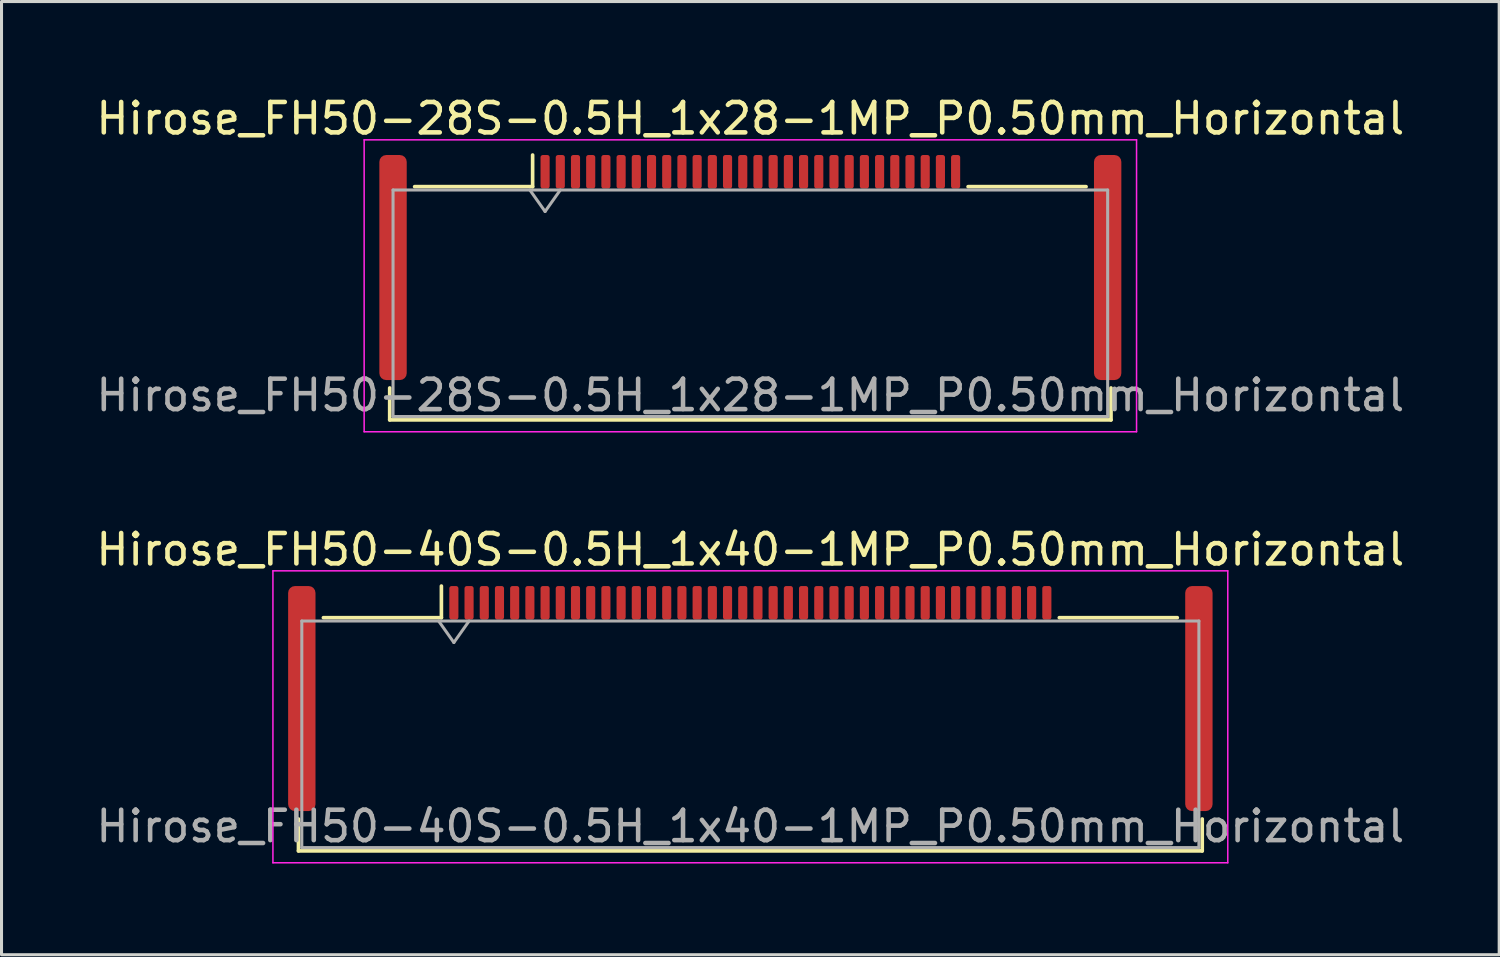
<source format=kicad_pcb>
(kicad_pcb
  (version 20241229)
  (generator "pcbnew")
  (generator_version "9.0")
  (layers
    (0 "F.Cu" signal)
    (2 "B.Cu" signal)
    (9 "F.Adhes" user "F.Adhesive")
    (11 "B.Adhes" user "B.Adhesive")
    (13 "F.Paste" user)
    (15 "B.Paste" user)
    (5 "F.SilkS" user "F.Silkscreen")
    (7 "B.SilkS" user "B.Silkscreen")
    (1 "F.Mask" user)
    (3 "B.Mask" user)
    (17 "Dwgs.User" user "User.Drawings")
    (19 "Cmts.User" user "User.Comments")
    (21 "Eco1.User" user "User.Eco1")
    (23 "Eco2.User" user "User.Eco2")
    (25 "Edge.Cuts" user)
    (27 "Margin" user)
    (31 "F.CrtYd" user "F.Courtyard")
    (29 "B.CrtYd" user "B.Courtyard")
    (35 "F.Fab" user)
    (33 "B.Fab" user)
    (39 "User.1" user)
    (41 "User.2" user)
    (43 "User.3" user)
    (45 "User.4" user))
  (footprint "Hirose_FH50-40S-0.5H_1x40-1MP_P0.50mm_Horizontal"
    (layer "F.Cu")
    (at 21.625 19.922)
    (property "Reference" "Hirose_FH50-40S-0.5H_1x40-1MP_P0.50mm_Horizontal" (at 0 -4.9 0) (layer "F.SilkS") (effects (font (size 1 1) (thickness 0.15))))
    (attr smd)
    (fp_line (start -14.86 3.96) (end -14.86 5.01) (stroke (width 0.12) (type solid)) (layer "F.SilkS"))
    (fp_line (start -14.86 5.01) (end 14.86 5.01) (stroke (width 0.12) (type solid)) (layer "F.SilkS"))
    (fp_line (start -14.04 -2.66) (end -10.16 -2.66) (stroke (width 0.12) (type solid)) (layer "F.SilkS"))
    (fp_line (start -10.16 -2.66) (end -10.16 -3.7) (stroke (width 0.12) (type solid)) (layer "F.SilkS"))
    (fp_line (start 14.04 -2.66) (end 10.16 -2.66) (stroke (width 0.12) (type solid)) (layer "F.SilkS"))
    (fp_line (start 14.86 5.01) (end 14.86 3.96) (stroke (width 0.12) (type solid)) (layer "F.SilkS"))
    (fp_line (start -15.7 -4.2) (end -15.7 5.4) (stroke (width 0.05) (type solid)) (layer "F.CrtYd"))
    (fp_line (start -15.7 5.4) (end 15.7 5.4) (stroke (width 0.05) (type solid)) (layer "F.CrtYd"))
    (fp_line (start 15.7 -4.2) (end -15.7 -4.2) (stroke (width 0.05) (type solid)) (layer "F.CrtYd"))
    (fp_line (start 15.7 5.4) (end 15.7 -4.2) (stroke (width 0.05) (type solid)) (layer "F.CrtYd"))
    (fp_line (start -14.75 -2.55) (end -14.75 4.9) (stroke (width 0.1) (type solid)) (layer "F.Fab"))
    (fp_line (start -14.75 -2.55) (end 14.75 -2.55) (stroke (width 0.1) (type solid)) (layer "F.Fab"))
    (fp_line (start -14.75 4.9) (end 14.75 4.9) (stroke (width 0.1) (type solid)) (layer "F.Fab"))
    (fp_line (start -10.25 -2.55) (end -9.75 -1.843) (stroke (width 0.1) (type solid)) (layer "F.Fab"))
    (fp_line (start -9.75 -1.843) (end -9.25 -2.55) (stroke (width 0.1) (type solid)) (layer "F.Fab"))
    (fp_line (start 14.75 -2.55) (end 14.75 4.9) (stroke (width 0.1) (type solid)) (layer "F.Fab"))
    (fp_text user "${REFERENCE}" (at 0 4.2 0) (layer "F.Fab") (effects (font (size 1 1) (thickness 0.15))))
    (pad "1" smd roundrect (at -9.75 -3.15) (size 0.3 1.1) (layers "F.Cu" "F.Mask" "F.Paste") (roundrect_rratio 0.25))
    (pad "2" smd roundrect (at -9.25 -3.15) (size 0.3 1.1) (layers "F.Cu" "F.Mask" "F.Paste") (roundrect_rratio 0.25))
    (pad "3" smd roundrect (at -8.75 -3.15) (size 0.3 1.1) (layers "F.Cu" "F.Mask" "F.Paste") (roundrect_rratio 0.25))
    (pad "4" smd roundrect (at -8.25 -3.15) (size 0.3 1.1) (layers "F.Cu" "F.Mask" "F.Paste") (roundrect_rratio 0.25))
    (pad "5" smd roundrect (at -7.75 -3.15) (size 0.3 1.1) (layers "F.Cu" "F.Mask" "F.Paste") (roundrect_rratio 0.25))
    (pad "6" smd roundrect (at -7.25 -3.15) (size 0.3 1.1) (layers "F.Cu" "F.Mask" "F.Paste") (roundrect_rratio 0.25))
    (pad "7" smd roundrect (at -6.75 -3.15) (size 0.3 1.1) (layers "F.Cu" "F.Mask" "F.Paste") (roundrect_rratio 0.25))
    (pad "8" smd roundrect (at -6.25 -3.15) (size 0.3 1.1) (layers "F.Cu" "F.Mask" "F.Paste") (roundrect_rratio 0.25))
    (pad "9" smd roundrect (at -5.75 -3.15) (size 0.3 1.1) (layers "F.Cu" "F.Mask" "F.Paste") (roundrect_rratio 0.25))
    (pad "10" smd roundrect (at -5.25 -3.15) (size 0.3 1.1) (layers "F.Cu" "F.Mask" "F.Paste") (roundrect_rratio 0.25))
    (pad "11" smd roundrect (at -4.75 -3.15) (size 0.3 1.1) (layers "F.Cu" "F.Mask" "F.Paste") (roundrect_rratio 0.25))
    (pad "12" smd roundrect (at -4.25 -3.15) (size 0.3 1.1) (layers "F.Cu" "F.Mask" "F.Paste") (roundrect_rratio 0.25))
    (pad "13" smd roundrect (at -3.75 -3.15) (size 0.3 1.1) (layers "F.Cu" "F.Mask" "F.Paste") (roundrect_rratio 0.25))
    (pad "14" smd roundrect (at -3.25 -3.15) (size 0.3 1.1) (layers "F.Cu" "F.Mask" "F.Paste") (roundrect_rratio 0.25))
    (pad "15" smd roundrect (at -2.75 -3.15) (size 0.3 1.1) (layers "F.Cu" "F.Mask" "F.Paste") (roundrect_rratio 0.25))
    (pad "16" smd roundrect (at -2.25 -3.15) (size 0.3 1.1) (layers "F.Cu" "F.Mask" "F.Paste") (roundrect_rratio 0.25))
    (pad "17" smd roundrect (at -1.75 -3.15) (size 0.3 1.1) (layers "F.Cu" "F.Mask" "F.Paste") (roundrect_rratio 0.25))
    (pad "18" smd roundrect (at -1.25 -3.15) (size 0.3 1.1) (layers "F.Cu" "F.Mask" "F.Paste") (roundrect_rratio 0.25))
    (pad "19" smd roundrect (at -0.75 -3.15) (size 0.3 1.1) (layers "F.Cu" "F.Mask" "F.Paste") (roundrect_rratio 0.25))
    (pad "20" smd roundrect (at -0.25 -3.15) (size 0.3 1.1) (layers "F.Cu" "F.Mask" "F.Paste") (roundrect_rratio 0.25))
    (pad "21" smd roundrect (at 0.25 -3.15) (size 0.3 1.1) (layers "F.Cu" "F.Mask" "F.Paste") (roundrect_rratio 0.25))
    (pad "22" smd roundrect (at 0.75 -3.15) (size 0.3 1.1) (layers "F.Cu" "F.Mask" "F.Paste") (roundrect_rratio 0.25))
    (pad "23" smd roundrect (at 1.25 -3.15) (size 0.3 1.1) (layers "F.Cu" "F.Mask" "F.Paste") (roundrect_rratio 0.25))
    (pad "24" smd roundrect (at 1.75 -3.15) (size 0.3 1.1) (layers "F.Cu" "F.Mask" "F.Paste") (roundrect_rratio 0.25))
    (pad "25" smd roundrect (at 2.25 -3.15) (size 0.3 1.1) (layers "F.Cu" "F.Mask" "F.Paste") (roundrect_rratio 0.25))
    (pad "26" smd roundrect (at 2.75 -3.15) (size 0.3 1.1) (layers "F.Cu" "F.Mask" "F.Paste") (roundrect_rratio 0.25))
    (pad "27" smd roundrect (at 3.25 -3.15) (size 0.3 1.1) (layers "F.Cu" "F.Mask" "F.Paste") (roundrect_rratio 0.25))
    (pad "28" smd roundrect (at 3.75 -3.15) (size 0.3 1.1) (layers "F.Cu" "F.Mask" "F.Paste") (roundrect_rratio 0.25))
    (pad "29" smd roundrect (at 4.25 -3.15) (size 0.3 1.1) (layers "F.Cu" "F.Mask" "F.Paste") (roundrect_rratio 0.25))
    (pad "30" smd roundrect (at 4.75 -3.15) (size 0.3 1.1) (layers "F.Cu" "F.Mask" "F.Paste") (roundrect_rratio 0.25))
    (pad "31" smd roundrect (at 5.25 -3.15) (size 0.3 1.1) (layers "F.Cu" "F.Mask" "F.Paste") (roundrect_rratio 0.25))
    (pad "32" smd roundrect (at 5.75 -3.15) (size 0.3 1.1) (layers "F.Cu" "F.Mask" "F.Paste") (roundrect_rratio 0.25))
    (pad "33" smd roundrect (at 6.25 -3.15) (size 0.3 1.1) (layers "F.Cu" "F.Mask" "F.Paste") (roundrect_rratio 0.25))
    (pad "34" smd roundrect (at 6.75 -3.15) (size 0.3 1.1) (layers "F.Cu" "F.Mask" "F.Paste") (roundrect_rratio 0.25))
    (pad "35" smd roundrect (at 7.25 -3.15) (size 0.3 1.1) (layers "F.Cu" "F.Mask" "F.Paste") (roundrect_rratio 0.25))
    (pad "36" smd roundrect (at 7.75 -3.15) (size 0.3 1.1) (layers "F.Cu" "F.Mask" "F.Paste") (roundrect_rratio 0.25))
    (pad "37" smd roundrect (at 8.25 -3.15) (size 0.3 1.1) (layers "F.Cu" "F.Mask" "F.Paste") (roundrect_rratio 0.25))
    (pad "38" smd roundrect (at 8.75 -3.15) (size 0.3 1.1) (layers "F.Cu" "F.Mask" "F.Paste") (roundrect_rratio 0.25))
    (pad "39" smd roundrect (at 9.25 -3.15) (size 0.3 1.1) (layers "F.Cu" "F.Mask" "F.Paste") (roundrect_rratio 0.25))
    (pad "40" smd roundrect (at 9.75 -3.15) (size 0.3 1.1) (layers "F.Cu" "F.Mask" "F.Paste") (roundrect_rratio 0.25))
    (pad "MP" smd roundrect (at -14.75 0) (size 0.9 7.4) (layers "F.Cu" "F.Mask" "F.Paste") (roundrect_rratio 0.25))
    (pad "MP" smd roundrect (at 14.75 0) (size 0.9 7.4) (layers "F.Cu" "F.Mask" "F.Paste") (roundrect_rratio 0.25)))
  (footprint "Hirose_FH50-28S-0.5H_1x28-1MP_P0.50mm_Horizontal"
    (layer "F.Cu")
    (at 21.625 5.748)
    (property "Reference" "Hirose_FH50-28S-0.5H_1x28-1MP_P0.50mm_Horizontal" (at 0 -4.9 0) (layer "F.SilkS") (effects (font (size 1 1) (thickness 0.15))))
    (attr smd)
    (fp_line (start -11.86 3.96) (end -11.86 5.01) (stroke (width 0.12) (type solid)) (layer "F.SilkS"))
    (fp_line (start -11.86 5.01) (end 11.86 5.01) (stroke (width 0.12) (type solid)) (layer "F.SilkS"))
    (fp_line (start -11.04 -2.66) (end -7.16 -2.66) (stroke (width 0.12) (type solid)) (layer "F.SilkS"))
    (fp_line (start -7.16 -2.66) (end -7.16 -3.7) (stroke (width 0.12) (type solid)) (layer "F.SilkS"))
    (fp_line (start 11.04 -2.66) (end 7.16 -2.66) (stroke (width 0.12) (type solid)) (layer "F.SilkS"))
    (fp_line (start 11.86 5.01) (end 11.86 3.96) (stroke (width 0.12) (type solid)) (layer "F.SilkS"))
    (fp_line (start -12.7 -4.2) (end -12.7 5.4) (stroke (width 0.05) (type solid)) (layer "F.CrtYd"))
    (fp_line (start -12.7 5.4) (end 12.7 5.4) (stroke (width 0.05) (type solid)) (layer "F.CrtYd"))
    (fp_line (start 12.7 -4.2) (end -12.7 -4.2) (stroke (width 0.05) (type solid)) (layer "F.CrtYd"))
    (fp_line (start 12.7 5.4) (end 12.7 -4.2) (stroke (width 0.05) (type solid)) (layer "F.CrtYd"))
    (fp_line (start -11.75 -2.55) (end -11.75 4.9) (stroke (width 0.1) (type solid)) (layer "F.Fab"))
    (fp_line (start -11.75 -2.55) (end 11.75 -2.55) (stroke (width 0.1) (type solid)) (layer "F.Fab"))
    (fp_line (start -11.75 4.9) (end 11.75 4.9) (stroke (width 0.1) (type solid)) (layer "F.Fab"))
    (fp_line (start -7.25 -2.55) (end -6.75 -1.843) (stroke (width 0.1) (type solid)) (layer "F.Fab"))
    (fp_line (start -6.75 -1.843) (end -6.25 -2.55) (stroke (width 0.1) (type solid)) (layer "F.Fab"))
    (fp_line (start 11.75 -2.55) (end 11.75 4.9) (stroke (width 0.1) (type solid)) (layer "F.Fab"))
    (fp_text user "${REFERENCE}" (at 0 4.2 0) (layer "F.Fab") (effects (font (size 1 1) (thickness 0.15))))
    (pad "1" smd roundrect (at -6.75 -3.15) (size 0.3 1.1) (layers "F.Cu" "F.Mask" "F.Paste") (roundrect_rratio 0.25))
    (pad "2" smd roundrect (at -6.25 -3.15) (size 0.3 1.1) (layers "F.Cu" "F.Mask" "F.Paste") (roundrect_rratio 0.25))
    (pad "3" smd roundrect (at -5.75 -3.15) (size 0.3 1.1) (layers "F.Cu" "F.Mask" "F.Paste") (roundrect_rratio 0.25))
    (pad "4" smd roundrect (at -5.25 -3.15) (size 0.3 1.1) (layers "F.Cu" "F.Mask" "F.Paste") (roundrect_rratio 0.25))
    (pad "5" smd roundrect (at -4.75 -3.15) (size 0.3 1.1) (layers "F.Cu" "F.Mask" "F.Paste") (roundrect_rratio 0.25))
    (pad "6" smd roundrect (at -4.25 -3.15) (size 0.3 1.1) (layers "F.Cu" "F.Mask" "F.Paste") (roundrect_rratio 0.25))
    (pad "7" smd roundrect (at -3.75 -3.15) (size 0.3 1.1) (layers "F.Cu" "F.Mask" "F.Paste") (roundrect_rratio 0.25))
    (pad "8" smd roundrect (at -3.25 -3.15) (size 0.3 1.1) (layers "F.Cu" "F.Mask" "F.Paste") (roundrect_rratio 0.25))
    (pad "9" smd roundrect (at -2.75 -3.15) (size 0.3 1.1) (layers "F.Cu" "F.Mask" "F.Paste") (roundrect_rratio 0.25))
    (pad "10" smd roundrect (at -2.25 -3.15) (size 0.3 1.1) (layers "F.Cu" "F.Mask" "F.Paste") (roundrect_rratio 0.25))
    (pad "11" smd roundrect (at -1.75 -3.15) (size 0.3 1.1) (layers "F.Cu" "F.Mask" "F.Paste") (roundrect_rratio 0.25))
    (pad "12" smd roundrect (at -1.25 -3.15) (size 0.3 1.1) (layers "F.Cu" "F.Mask" "F.Paste") (roundrect_rratio 0.25))
    (pad "13" smd roundrect (at -0.75 -3.15) (size 0.3 1.1) (layers "F.Cu" "F.Mask" "F.Paste") (roundrect_rratio 0.25))
    (pad "14" smd roundrect (at -0.25 -3.15) (size 0.3 1.1) (layers "F.Cu" "F.Mask" "F.Paste") (roundrect_rratio 0.25))
    (pad "15" smd roundrect (at 0.25 -3.15) (size 0.3 1.1) (layers "F.Cu" "F.Mask" "F.Paste") (roundrect_rratio 0.25))
    (pad "16" smd roundrect (at 0.75 -3.15) (size 0.3 1.1) (layers "F.Cu" "F.Mask" "F.Paste") (roundrect_rratio 0.25))
    (pad "17" smd roundrect (at 1.25 -3.15) (size 0.3 1.1) (layers "F.Cu" "F.Mask" "F.Paste") (roundrect_rratio 0.25))
    (pad "18" smd roundrect (at 1.75 -3.15) (size 0.3 1.1) (layers "F.Cu" "F.Mask" "F.Paste") (roundrect_rratio 0.25))
    (pad "19" smd roundrect (at 2.25 -3.15) (size 0.3 1.1) (layers "F.Cu" "F.Mask" "F.Paste") (roundrect_rratio 0.25))
    (pad "20" smd roundrect (at 2.75 -3.15) (size 0.3 1.1) (layers "F.Cu" "F.Mask" "F.Paste") (roundrect_rratio 0.25))
    (pad "21" smd roundrect (at 3.25 -3.15) (size 0.3 1.1) (layers "F.Cu" "F.Mask" "F.Paste") (roundrect_rratio 0.25))
    (pad "22" smd roundrect (at 3.75 -3.15) (size 0.3 1.1) (layers "F.Cu" "F.Mask" "F.Paste") (roundrect_rratio 0.25))
    (pad "23" smd roundrect (at 4.25 -3.15) (size 0.3 1.1) (layers "F.Cu" "F.Mask" "F.Paste") (roundrect_rratio 0.25))
    (pad "24" smd roundrect (at 4.75 -3.15) (size 0.3 1.1) (layers "F.Cu" "F.Mask" "F.Paste") (roundrect_rratio 0.25))
    (pad "25" smd roundrect (at 5.25 -3.15) (size 0.3 1.1) (layers "F.Cu" "F.Mask" "F.Paste") (roundrect_rratio 0.25))
    (pad "26" smd roundrect (at 5.75 -3.15) (size 0.3 1.1) (layers "F.Cu" "F.Mask" "F.Paste") (roundrect_rratio 0.25))
    (pad "27" smd roundrect (at 6.25 -3.15) (size 0.3 1.1) (layers "F.Cu" "F.Mask" "F.Paste") (roundrect_rratio 0.25))
    (pad "28" smd roundrect (at 6.75 -3.15) (size 0.3 1.1) (layers "F.Cu" "F.Mask" "F.Paste") (roundrect_rratio 0.25))
    (pad "MP" smd roundrect (at -11.75 0) (size 0.9 7.4) (layers "F.Cu" "F.Mask" "F.Paste") (roundrect_rratio 0.25))
    (pad "MP" smd roundrect (at 11.75 0) (size 0.9 7.4) (layers "F.Cu" "F.Mask" "F.Paste") (roundrect_rratio 0.25)))
  (gr_rect
    (start -3 -3)
    (end 46.25 28.346)
    (stroke (width 0.1) (type default))
    (fill no)
    (layer "Edge.Cuts")))
</source>
